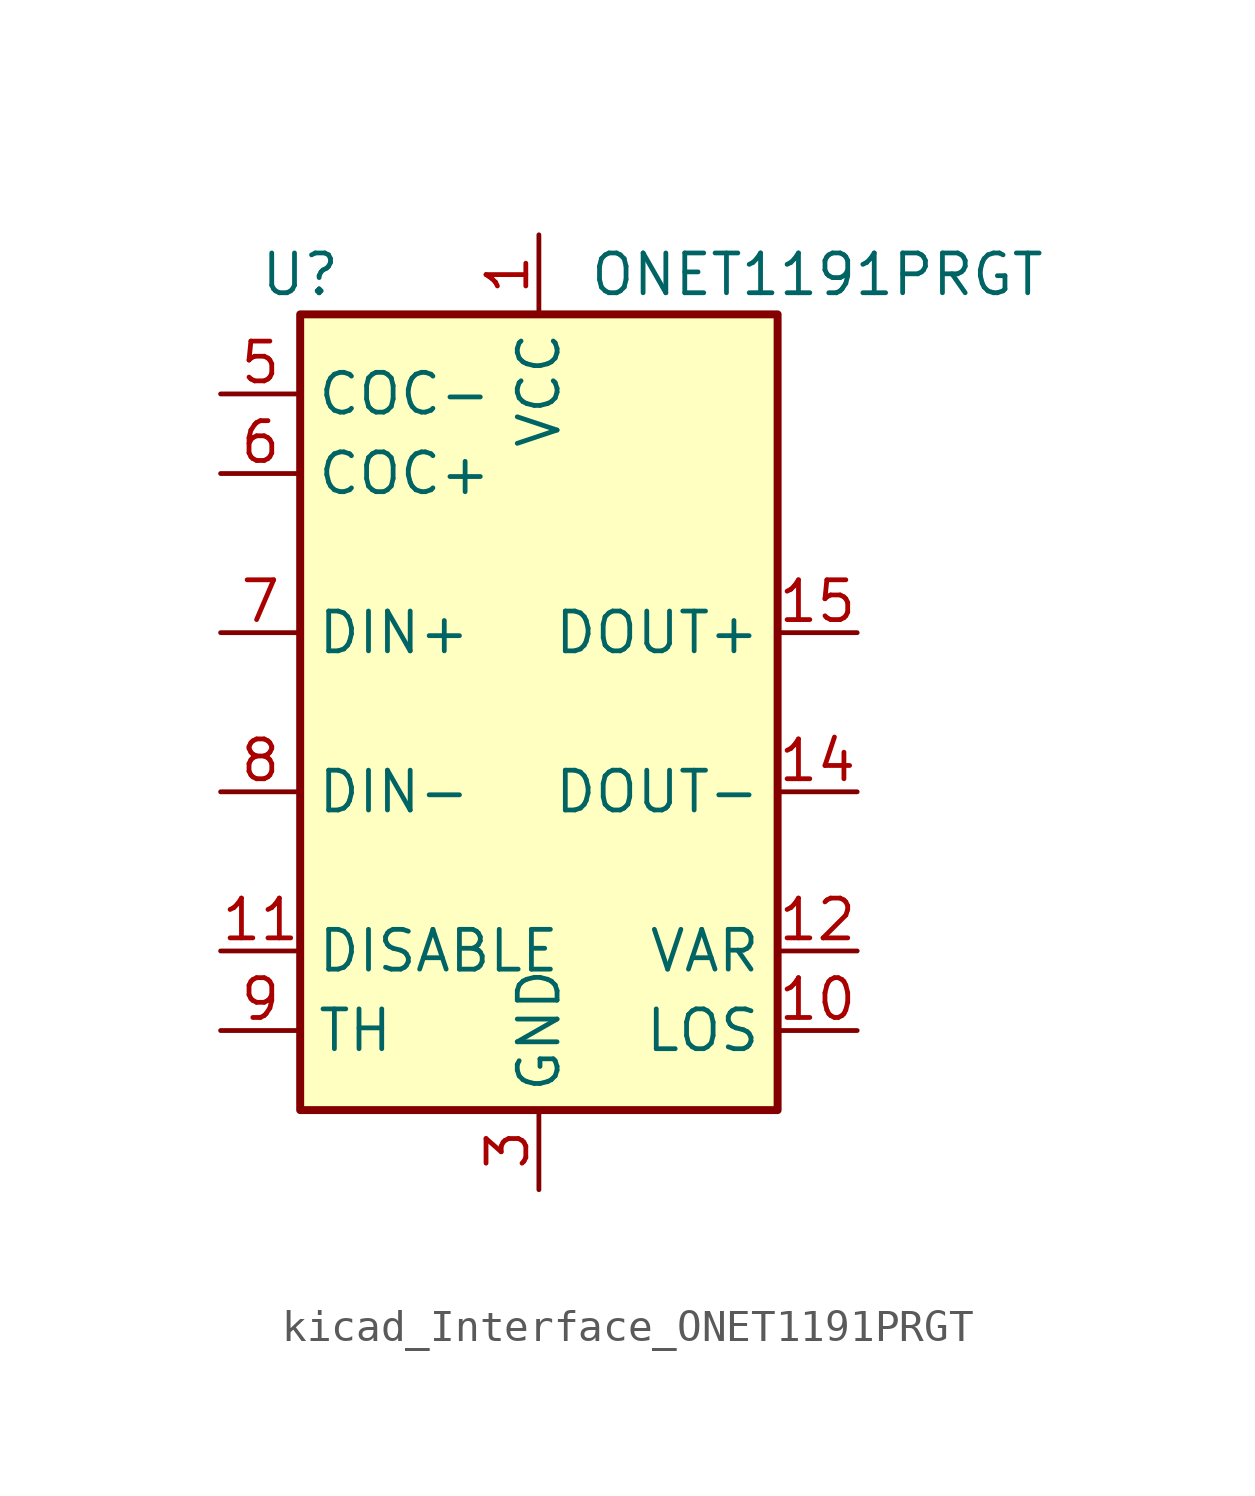
<source format=kicad_sym>
(kicad_symbol_lib
  (version 20220914)
  (generator kicad_symbol_editor)
  (symbol "kicad_Interface_ONET1191PRGT"
    (property "Reference" "U"
      (at -7.62 13.97 0)
      (effects (font (size 1.27 1.27))))
    (property "Value" "ONET1191PRGT"
      (at 8.89 13.97 0)
      (effects (font (size 1.27 1.27))))
    (symbol "kicad_Interface_ONET1191PRGT_0_1"
      (rectangle (start -7.62 12.7) (end 7.62 -12.7) (stroke (width 0.254) (type default)) (fill (type background))))
    (symbol "kicad_Interface_ONET1191PRGT_1_1"
      (pin power_in line (at 0 15.24 270) (length 2.54) (name "VCC" (effects (font (size 1.27 1.27)))) (number "1" (effects (font (size 1.27 1.27)))))
      (pin open_collector line (at 10.16 -10.16 180) (length 2.54) (name "LOS" (effects (font (size 1.27 1.27)))) (number "10" (effects (font (size 1.27 1.27)))))
      (pin input line (at -10.16 -7.62 0) (length 2.54) (name "DISABLE" (effects (font (size 1.27 1.27)))) (number "11" (effects (font (size 1.27 1.27)))))
      (pin input line (at 10.16 -7.62 180) (length 2.54) (name "VAR" (effects (font (size 1.27 1.27)))) (number "12" (effects (font (size 1.27 1.27)))))
      (pin passive line (at 0 -15.24 90) (length 2.54) hide (name "GND" (effects (font (size 1.27 1.27)))) (number "13" (effects (font (size 1.27 1.27)))))
      (pin output line (at 10.16 -2.54 180) (length 2.54) (name "DOUT-" (effects (font (size 1.27 1.27)))) (number "14" (effects (font (size 1.27 1.27)))))
      (pin output line (at 10.16 2.54 180) (length 2.54) (name "DOUT+" (effects (font (size 1.27 1.27)))) (number "15" (effects (font (size 1.27 1.27)))))
      (pin passive line (at 0 -15.24 90) (length 2.54) hide (name "GND" (effects (font (size 1.27 1.27)))) (number "16" (effects (font (size 1.27 1.27)))))
      (pin passive line (at 0 -15.24 90) (length 2.54) hide (name "GND" (effects (font (size 1.27 1.27)))) (number "17" (effects (font (size 1.27 1.27)))))
      (pin passive line (at 0 15.24 270) (length 2.54) hide (name "VCC" (effects (font (size 1.27 1.27)))) (number "2" (effects (font (size 1.27 1.27)))))
      (pin power_in line (at 0 -15.24 90) (length 2.54) (name "GND" (effects (font (size 1.27 1.27)))) (number "3" (effects (font (size 1.27 1.27)))))
      (pin passive line (at 0 -15.24 90) (length 2.54) hide (name "GND" (effects (font (size 1.27 1.27)))) (number "4" (effects (font (size 1.27 1.27)))))
      (pin passive line (at -10.16 10.16 0) (length 2.54) (name "COC-" (effects (font (size 1.27 1.27)))) (number "5" (effects (font (size 1.27 1.27)))))
      (pin passive line (at -10.16 7.62 0) (length 2.54) (name "COC+" (effects (font (size 1.27 1.27)))) (number "6" (effects (font (size 1.27 1.27)))))
      (pin input line (at -10.16 2.54 0) (length 2.54) (name "DIN+" (effects (font (size 1.27 1.27)))) (number "7" (effects (font (size 1.27 1.27)))))
      (pin input line (at -10.16 -2.54 0) (length 2.54) (name "DIN-" (effects (font (size 1.27 1.27)))) (number "8" (effects (font (size 1.27 1.27)))))
      (pin input line (at -10.16 -10.16 0) (length 2.54) (name "TH" (effects (font (size 1.27 1.27)))) (number "9" (effects (font (size 1.27 1.27))))))))
</source>
